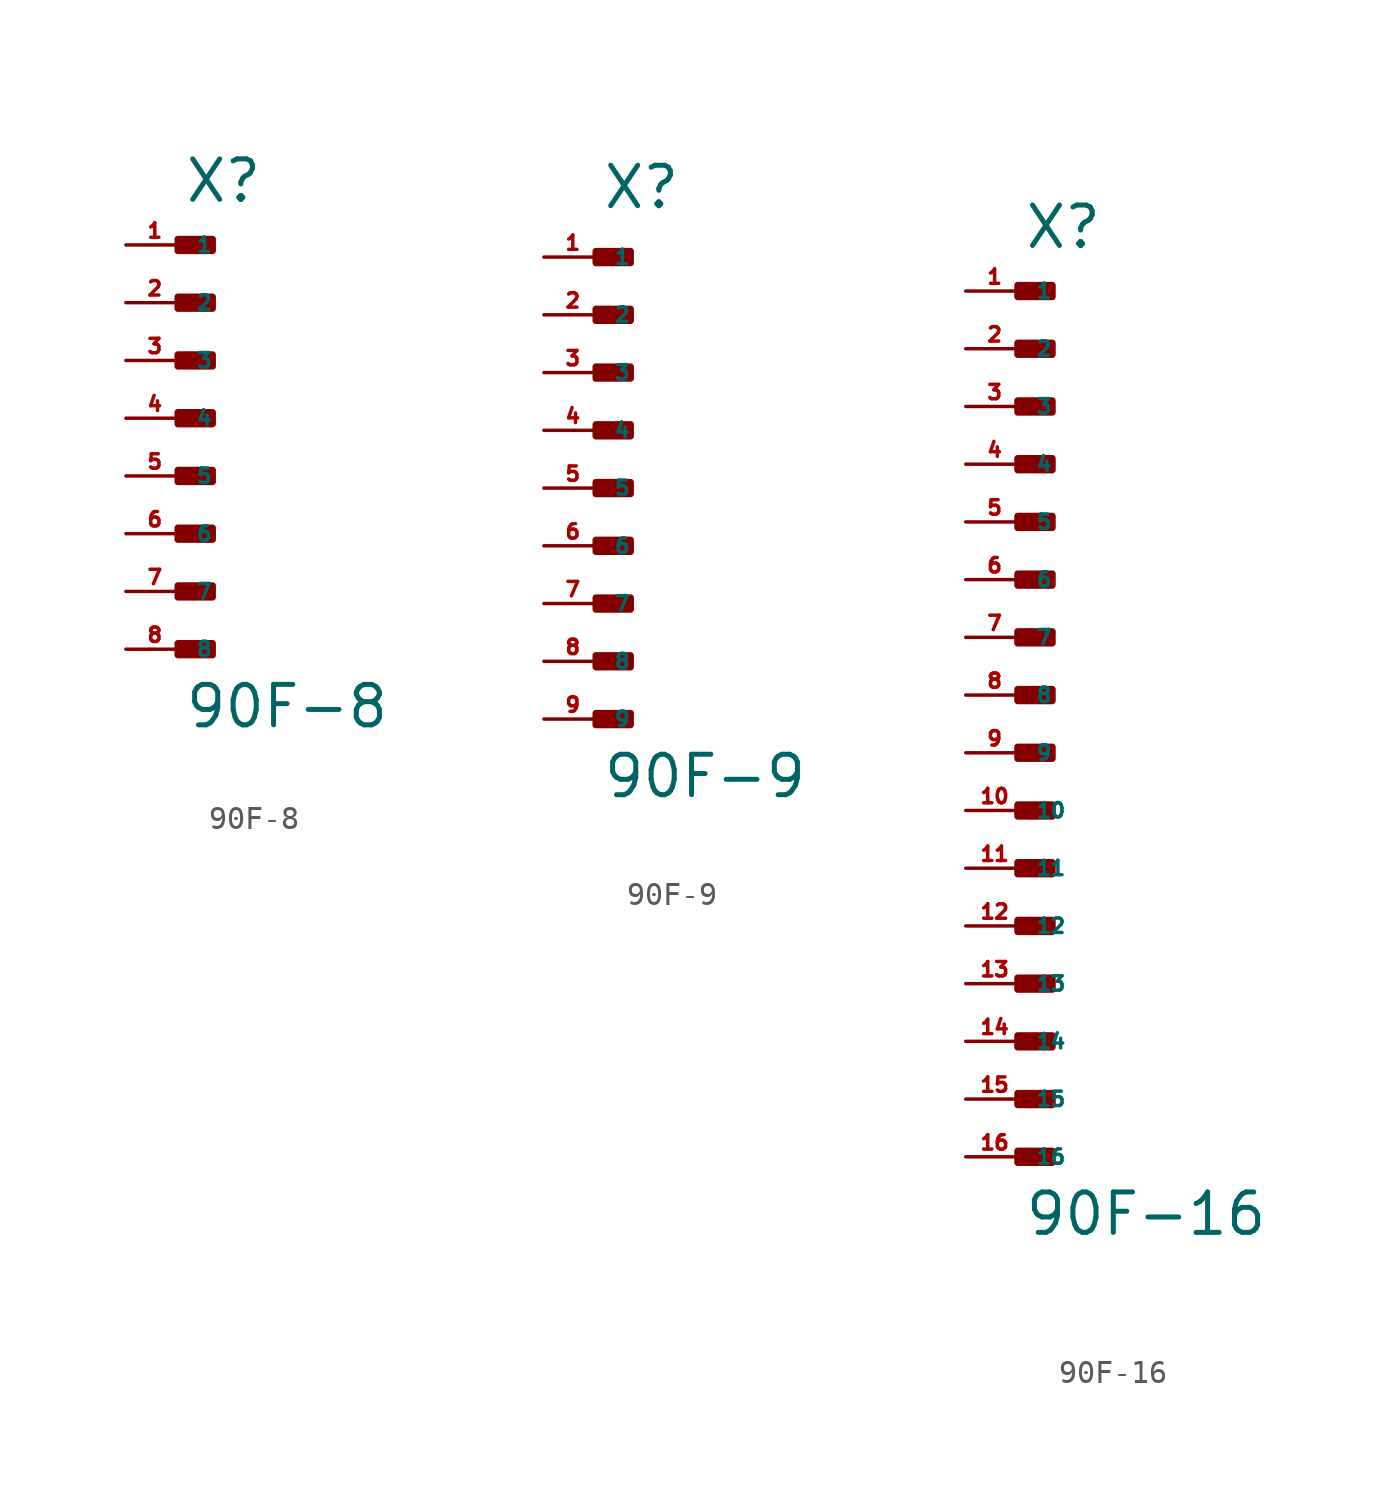
<source format=kicad_sym>
(kicad_symbol_lib
  (version 20220914)
  (generator Eagle2Kicad)
  (symbol "90F-8"
    (property "Reference" "X"
      (at 0 9.398 0)
      (effects (font (size 1.778 1.778) (thickness 0.22)) (justify left bottom)))
    (property "Value" "90F-8"
      (at 0 -13.716 0)
      (effects (font (size 1.778 1.778) (thickness 0.22)) (justify left bottom)))
    (rectangle
      (start -0.254 7.366)
      (end 1.27 7.874)
      (stroke (width 0.3) (type default))
      (fill (type outline)))
    (rectangle
      (start -0.254 4.826)
      (end 1.27 5.334)
      (stroke (width 0.3) (type default))
      (fill (type outline)))
    (rectangle
      (start -0.254 2.286)
      (end 1.27 2.794)
      (stroke (width 0.3) (type default))
      (fill (type outline)))
    (rectangle
      (start -0.254 -0.254)
      (end 1.27 0.254)
      (stroke (width 0.3) (type default))
      (fill (type outline)))
    (rectangle
      (start -0.254 -2.794)
      (end 1.27 -2.286)
      (stroke (width 0.3) (type default))
      (fill (type outline)))
    (rectangle
      (start -0.254 -5.334)
      (end 1.27 -4.826)
      (stroke (width 0.3) (type default))
      (fill (type outline)))
    (rectangle
      (start -0.254 -7.874)
      (end 1.27 -7.366)
      (stroke (width 0.3) (type default))
      (fill (type outline)))
    (rectangle
      (start -0.254 -10.414)
      (end 1.27 -9.906)
      (stroke (width 0.3) (type default))
      (fill (type outline)))
    (pin passive line
      (at -2.54 7.62 0)
      (length 2.54)
      (name "1" (effects (font (size 0.635 0.635) (thickness 0.08)) (justify left bottom)))
      (number "1" (effects (font (size 0.635 0.635) (thickness 0.08)) (justify left bottom))))
    (pin passive line
      (at -2.54 5.08 0)
      (length 2.54)
      (name "2" (effects (font (size 0.635 0.635) (thickness 0.08)) (justify left bottom)))
      (number "2" (effects (font (size 0.635 0.635) (thickness 0.08)) (justify left bottom))))
    (pin passive line
      (at -2.54 2.54 0)
      (length 2.54)
      (name "3" (effects (font (size 0.635 0.635) (thickness 0.08)) (justify left bottom)))
      (number "3" (effects (font (size 0.635 0.635) (thickness 0.08)) (justify left bottom))))
    (pin passive line
      (at -2.54 0 0)
      (length 2.54)
      (name "4" (effects (font (size 0.635 0.635) (thickness 0.08)) (justify left bottom)))
      (number "4" (effects (font (size 0.635 0.635) (thickness 0.08)) (justify left bottom))))
    (pin passive line
      (at -2.54 -2.54 0)
      (length 2.54)
      (name "5" (effects (font (size 0.635 0.635) (thickness 0.08)) (justify left bottom)))
      (number "5" (effects (font (size 0.635 0.635) (thickness 0.08)) (justify left bottom))))
    (pin passive line
      (at -2.54 -5.08 0)
      (length 2.54)
      (name "6" (effects (font (size 0.635 0.635) (thickness 0.08)) (justify left bottom)))
      (number "6" (effects (font (size 0.635 0.635) (thickness 0.08)) (justify left bottom))))
    (pin passive line
      (at -2.54 -7.62 0)
      (length 2.54)
      (name "7" (effects (font (size 0.635 0.635) (thickness 0.08)) (justify left bottom)))
      (number "7" (effects (font (size 0.635 0.635) (thickness 0.08)) (justify left bottom))))
    (pin passive line
      (at -2.54 -10.16 0)
      (length 2.54)
      (name "8" (effects (font (size 0.635 0.635) (thickness 0.08)) (justify left bottom)))
      (number "8" (effects (font (size 0.635 0.635) (thickness 0.08)) (justify left bottom)))))
  (symbol "90F-9"
    (property "Reference" "X"
      (at 0 12.192 0)
      (effects (font (size 1.778 1.778) (thickness 0.22)) (justify left bottom)))
    (property "Value" "90F-9"
      (at 0 -13.716 0)
      (effects (font (size 1.778 1.778) (thickness 0.22)) (justify left bottom)))
    (rectangle
      (start -0.254 9.906)
      (end 1.27 10.414)
      (stroke (width 0.3) (type default))
      (fill (type outline)))
    (rectangle
      (start -0.254 7.366)
      (end 1.27 7.874)
      (stroke (width 0.3) (type default))
      (fill (type outline)))
    (rectangle
      (start -0.254 4.826)
      (end 1.27 5.334)
      (stroke (width 0.3) (type default))
      (fill (type outline)))
    (rectangle
      (start -0.254 2.286)
      (end 1.27 2.794)
      (stroke (width 0.3) (type default))
      (fill (type outline)))
    (rectangle
      (start -0.254 -0.254)
      (end 1.27 0.254)
      (stroke (width 0.3) (type default))
      (fill (type outline)))
    (rectangle
      (start -0.254 -2.794)
      (end 1.27 -2.286)
      (stroke (width 0.3) (type default))
      (fill (type outline)))
    (rectangle
      (start -0.254 -5.334)
      (end 1.27 -4.826)
      (stroke (width 0.3) (type default))
      (fill (type outline)))
    (rectangle
      (start -0.254 -7.874)
      (end 1.27 -7.366)
      (stroke (width 0.3) (type default))
      (fill (type outline)))
    (rectangle
      (start -0.254 -10.414)
      (end 1.27 -9.906)
      (stroke (width 0.3) (type default))
      (fill (type outline)))
    (pin passive line
      (at -2.54 10.16 0)
      (length 2.54)
      (name "1" (effects (font (size 0.635 0.635) (thickness 0.08)) (justify left bottom)))
      (number "1" (effects (font (size 0.635 0.635) (thickness 0.08)) (justify left bottom))))
    (pin passive line
      (at -2.54 7.62 0)
      (length 2.54)
      (name "2" (effects (font (size 0.635 0.635) (thickness 0.08)) (justify left bottom)))
      (number "2" (effects (font (size 0.635 0.635) (thickness 0.08)) (justify left bottom))))
    (pin passive line
      (at -2.54 5.08 0)
      (length 2.54)
      (name "3" (effects (font (size 0.635 0.635) (thickness 0.08)) (justify left bottom)))
      (number "3" (effects (font (size 0.635 0.635) (thickness 0.08)) (justify left bottom))))
    (pin passive line
      (at -2.54 2.54 0)
      (length 2.54)
      (name "4" (effects (font (size 0.635 0.635) (thickness 0.08)) (justify left bottom)))
      (number "4" (effects (font (size 0.635 0.635) (thickness 0.08)) (justify left bottom))))
    (pin passive line
      (at -2.54 0 0)
      (length 2.54)
      (name "5" (effects (font (size 0.635 0.635) (thickness 0.08)) (justify left bottom)))
      (number "5" (effects (font (size 0.635 0.635) (thickness 0.08)) (justify left bottom))))
    (pin passive line
      (at -2.54 -2.54 0)
      (length 2.54)
      (name "6" (effects (font (size 0.635 0.635) (thickness 0.08)) (justify left bottom)))
      (number "6" (effects (font (size 0.635 0.635) (thickness 0.08)) (justify left bottom))))
    (pin passive line
      (at -2.54 -5.08 0)
      (length 2.54)
      (name "7" (effects (font (size 0.635 0.635) (thickness 0.08)) (justify left bottom)))
      (number "7" (effects (font (size 0.635 0.635) (thickness 0.08)) (justify left bottom))))
    (pin passive line
      (at -2.54 -7.62 0)
      (length 2.54)
      (name "8" (effects (font (size 0.635 0.635) (thickness 0.08)) (justify left bottom)))
      (number "8" (effects (font (size 0.635 0.635) (thickness 0.08)) (justify left bottom))))
    (pin passive line
      (at -2.54 -10.16 0)
      (length 2.54)
      (name "9" (effects (font (size 0.635 0.635) (thickness 0.08)) (justify left bottom)))
      (number "9" (effects (font (size 0.635 0.635) (thickness 0.08)) (justify left bottom)))))
  (symbol "90F-16"
    (property "Reference" "X"
      (at 0 19.558 0)
      (effects (font (size 1.778 1.778) (thickness 0.22)) (justify left bottom)))
    (property "Value" "90F-16"
      (at 0 -23.876 0)
      (effects (font (size 1.778 1.778) (thickness 0.22)) (justify left bottom)))
    (rectangle
      (start -0.254 17.526)
      (end 1.27 18.034)
      (stroke (width 0.3) (type default))
      (fill (type outline)))
    (rectangle
      (start -0.254 14.986)
      (end 1.27 15.494)
      (stroke (width 0.3) (type default))
      (fill (type outline)))
    (rectangle
      (start -0.254 12.446)
      (end 1.27 12.954)
      (stroke (width 0.3) (type default))
      (fill (type outline)))
    (rectangle
      (start -0.254 9.906)
      (end 1.27 10.414)
      (stroke (width 0.3) (type default))
      (fill (type outline)))
    (rectangle
      (start -0.254 7.366)
      (end 1.27 7.874)
      (stroke (width 0.3) (type default))
      (fill (type outline)))
    (rectangle
      (start -0.254 4.826)
      (end 1.27 5.334)
      (stroke (width 0.3) (type default))
      (fill (type outline)))
    (rectangle
      (start -0.254 2.286)
      (end 1.27 2.794)
      (stroke (width 0.3) (type default))
      (fill (type outline)))
    (rectangle
      (start -0.254 -0.254)
      (end 1.27 0.254)
      (stroke (width 0.3) (type default))
      (fill (type outline)))
    (rectangle
      (start -0.254 -2.794)
      (end 1.27 -2.286)
      (stroke (width 0.3) (type default))
      (fill (type outline)))
    (rectangle
      (start -0.254 -5.334)
      (end 1.27 -4.826)
      (stroke (width 0.3) (type default))
      (fill (type outline)))
    (rectangle
      (start -0.254 -7.874)
      (end 1.27 -7.366)
      (stroke (width 0.3) (type default))
      (fill (type outline)))
    (rectangle
      (start -0.254 -10.414)
      (end 1.27 -9.906)
      (stroke (width 0.3) (type default))
      (fill (type outline)))
    (rectangle
      (start -0.254 -12.954)
      (end 1.27 -12.446)
      (stroke (width 0.3) (type default))
      (fill (type outline)))
    (rectangle
      (start -0.254 -15.494)
      (end 1.27 -14.986)
      (stroke (width 0.3) (type default))
      (fill (type outline)))
    (rectangle
      (start -0.254 -18.034)
      (end 1.27 -17.526)
      (stroke (width 0.3) (type default))
      (fill (type outline)))
    (rectangle
      (start -0.254 -20.574)
      (end 1.27 -20.066)
      (stroke (width 0.3) (type default))
      (fill (type outline)))
    (pin passive line
      (at -2.54 17.78 0)
      (length 2.54)
      (name "1" (effects (font (size 0.635 0.635) (thickness 0.08)) (justify left bottom)))
      (number "1" (effects (font (size 0.635 0.635) (thickness 0.08)) (justify left bottom))))
    (pin passive line
      (at -2.54 15.24 0)
      (length 2.54)
      (name "2" (effects (font (size 0.635 0.635) (thickness 0.08)) (justify left bottom)))
      (number "2" (effects (font (size 0.635 0.635) (thickness 0.08)) (justify left bottom))))
    (pin passive line
      (at -2.54 12.7 0)
      (length 2.54)
      (name "3" (effects (font (size 0.635 0.635) (thickness 0.08)) (justify left bottom)))
      (number "3" (effects (font (size 0.635 0.635) (thickness 0.08)) (justify left bottom))))
    (pin passive line
      (at -2.54 10.16 0)
      (length 2.54)
      (name "4" (effects (font (size 0.635 0.635) (thickness 0.08)) (justify left bottom)))
      (number "4" (effects (font (size 0.635 0.635) (thickness 0.08)) (justify left bottom))))
    (pin passive line
      (at -2.54 7.62 0)
      (length 2.54)
      (name "5" (effects (font (size 0.635 0.635) (thickness 0.08)) (justify left bottom)))
      (number "5" (effects (font (size 0.635 0.635) (thickness 0.08)) (justify left bottom))))
    (pin passive line
      (at -2.54 5.08 0)
      (length 2.54)
      (name "6" (effects (font (size 0.635 0.635) (thickness 0.08)) (justify left bottom)))
      (number "6" (effects (font (size 0.635 0.635) (thickness 0.08)) (justify left bottom))))
    (pin passive line
      (at -2.54 2.54 0)
      (length 2.54)
      (name "7" (effects (font (size 0.635 0.635) (thickness 0.08)) (justify left bottom)))
      (number "7" (effects (font (size 0.635 0.635) (thickness 0.08)) (justify left bottom))))
    (pin passive line
      (at -2.54 0 0)
      (length 2.54)
      (name "8" (effects (font (size 0.635 0.635) (thickness 0.08)) (justify left bottom)))
      (number "8" (effects (font (size 0.635 0.635) (thickness 0.08)) (justify left bottom))))
    (pin passive line
      (at -2.54 -2.54 0)
      (length 2.54)
      (name "9" (effects (font (size 0.635 0.635) (thickness 0.08)) (justify left bottom)))
      (number "9" (effects (font (size 0.635 0.635) (thickness 0.08)) (justify left bottom))))
    (pin passive line
      (at -2.54 -5.08 0)
      (length 2.54)
      (name "10" (effects (font (size 0.635 0.635) (thickness 0.08)) (justify left bottom)))
      (number "10" (effects (font (size 0.635 0.635) (thickness 0.08)) (justify left bottom))))
    (pin passive line
      (at -2.54 -7.62 0)
      (length 2.54)
      (name "11" (effects (font (size 0.635 0.635) (thickness 0.08)) (justify left bottom)))
      (number "11" (effects (font (size 0.635 0.635) (thickness 0.08)) (justify left bottom))))
    (pin passive line
      (at -2.54 -10.16 0)
      (length 2.54)
      (name "12" (effects (font (size 0.635 0.635) (thickness 0.08)) (justify left bottom)))
      (number "12" (effects (font (size 0.635 0.635) (thickness 0.08)) (justify left bottom))))
    (pin passive line
      (at -2.54 -12.7 0)
      (length 2.54)
      (name "13" (effects (font (size 0.635 0.635) (thickness 0.08)) (justify left bottom)))
      (number "13" (effects (font (size 0.635 0.635) (thickness 0.08)) (justify left bottom))))
    (pin passive line
      (at -2.54 -15.24 0)
      (length 2.54)
      (name "14" (effects (font (size 0.635 0.635) (thickness 0.08)) (justify left bottom)))
      (number "14" (effects (font (size 0.635 0.635) (thickness 0.08)) (justify left bottom))))
    (pin passive line
      (at -2.54 -17.78 0)
      (length 2.54)
      (name "15" (effects (font (size 0.635 0.635) (thickness 0.08)) (justify left bottom)))
      (number "15" (effects (font (size 0.635 0.635) (thickness 0.08)) (justify left bottom))))
    (pin passive line
      (at -2.54 -20.32 0)
      (length 2.54)
      (name "16" (effects (font (size 0.635 0.635) (thickness 0.08)) (justify left bottom)))
      (number "16" (effects (font (size 0.635 0.635) (thickness 0.08)) (justify left bottom))))))
</source>
